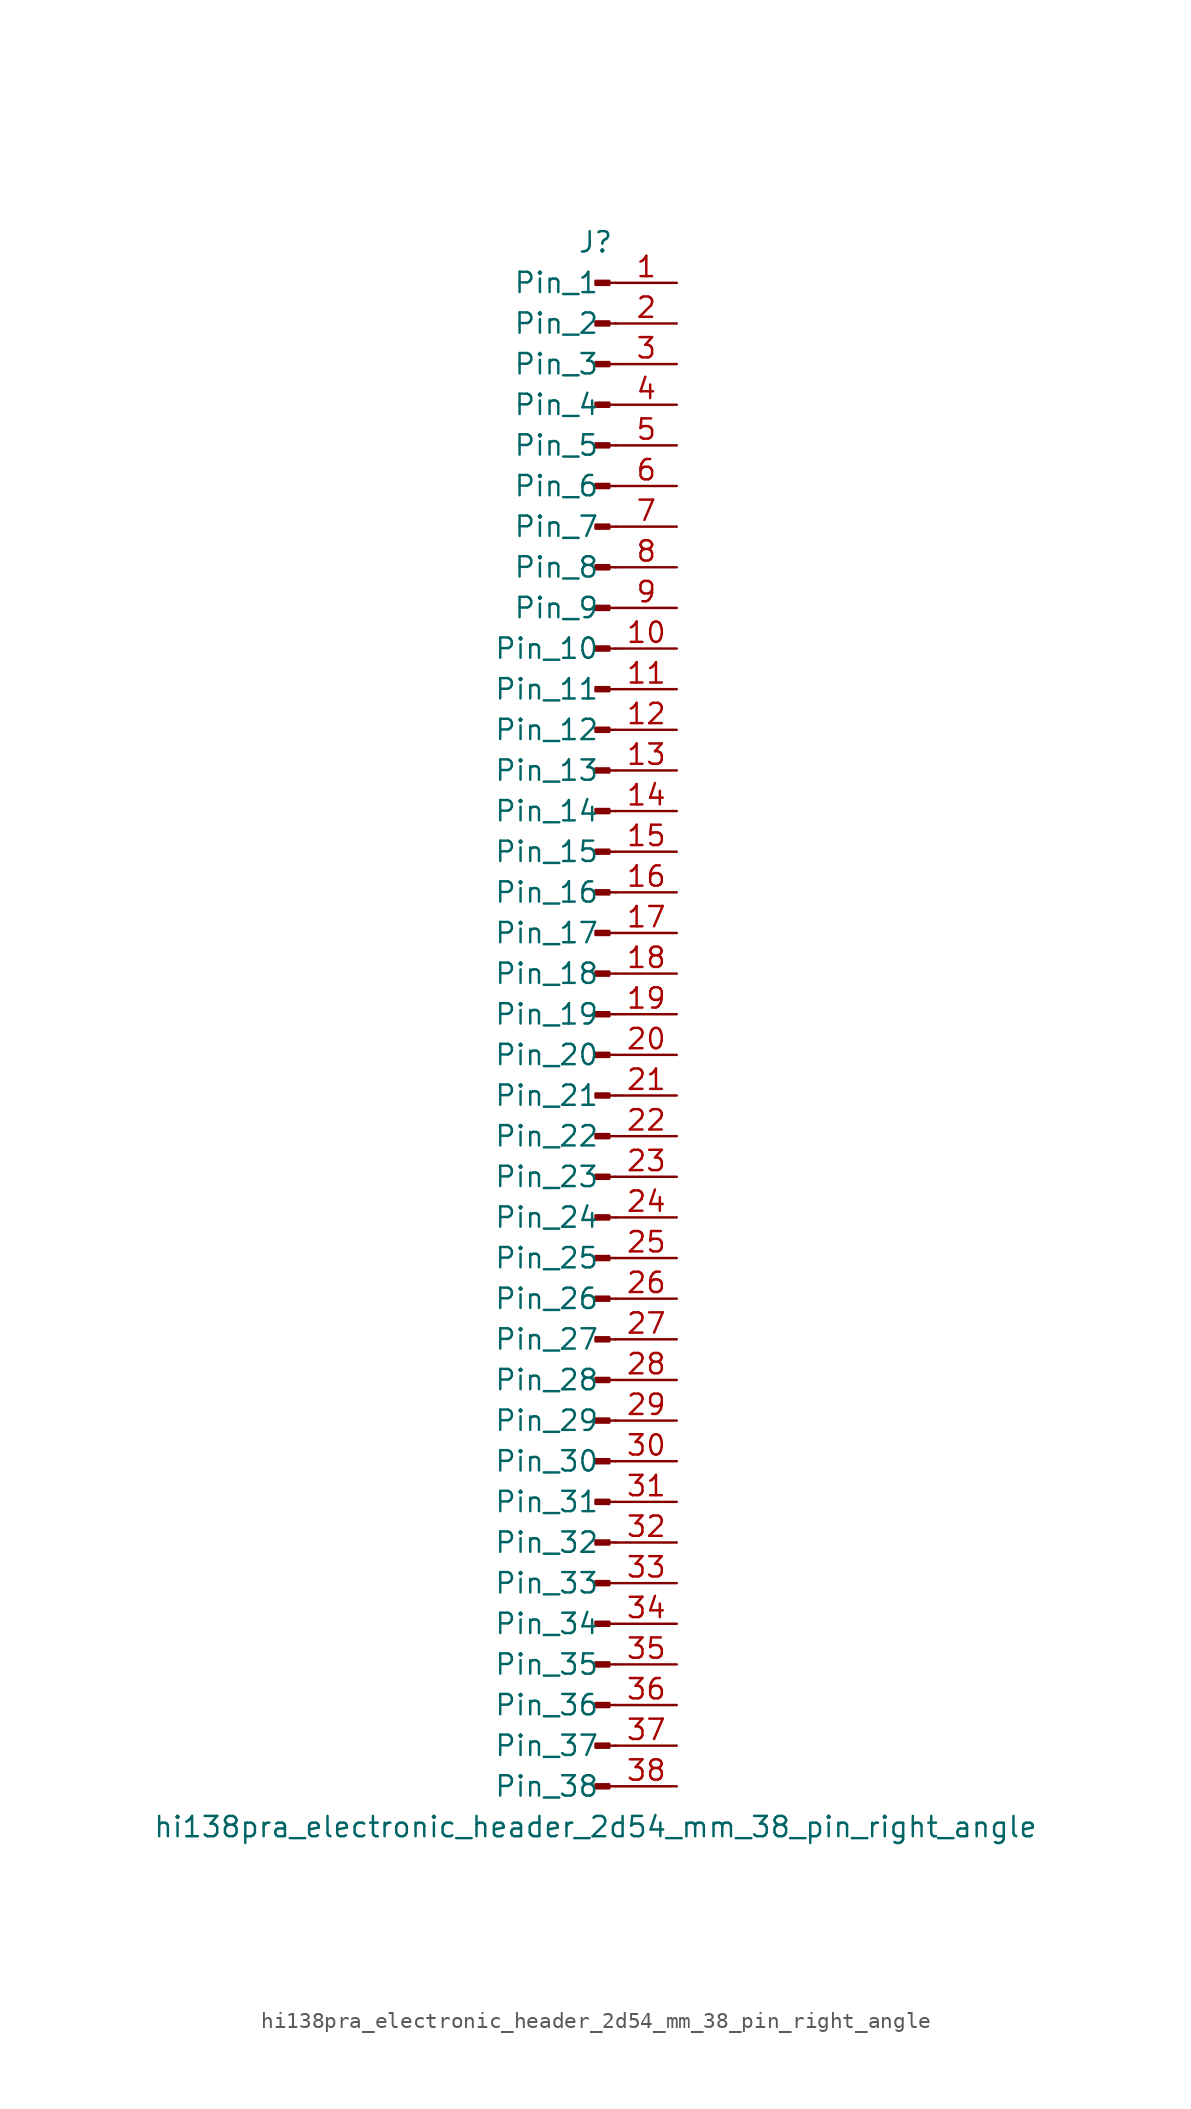
<source format=kicad_sym>
(kicad_symbol_lib
  (version 20220914)
  (generator kicad_symbol_editor)
  (symbol "hi138pra_electronic_header_2d54_mm_38_pin_right_angle"
    (pin_names
      (offset 1.016))
    (property "Reference" "J"
      (at 0 48.26 0)
      (effects (font (size 1.27 1.27))))
    (property "Value" "hi138pra_electronic_header_2d54_mm_38_pin_right_angle"
      (at 0 -50.8 0)
      (effects (font (size 1.27 1.27))))
    (property "ki_locked" ""
      (at 0 0 0)
      (effects (font (size 1.27 1.27))))
    (symbol "hi138pra_electronic_header_2d54_mm_38_pin_right_angle_1_1"
      (polyline (pts (xy 1.27 -48.26) (xy 0.864 -48.26)) (stroke (width 0.152) (type default)) (fill (type none)))
      (polyline (pts (xy 1.27 -45.72) (xy 0.864 -45.72)) (stroke (width 0.152) (type default)) (fill (type none)))
      (polyline (pts (xy 1.27 -43.18) (xy 0.864 -43.18)) (stroke (width 0.152) (type default)) (fill (type none)))
      (polyline (pts (xy 1.27 -40.64) (xy 0.864 -40.64)) (stroke (width 0.152) (type default)) (fill (type none)))
      (polyline (pts (xy 1.27 -38.1) (xy 0.864 -38.1)) (stroke (width 0.152) (type default)) (fill (type none)))
      (polyline (pts (xy 1.27 -35.56) (xy 0.864 -35.56)) (stroke (width 0.152) (type default)) (fill (type none)))
      (polyline (pts (xy 1.27 -33.02) (xy 0.864 -33.02)) (stroke (width 0.152) (type default)) (fill (type none)))
      (polyline (pts (xy 1.27 -30.48) (xy 0.864 -30.48)) (stroke (width 0.152) (type default)) (fill (type none)))
      (polyline (pts (xy 1.27 -27.94) (xy 0.864 -27.94)) (stroke (width 0.152) (type default)) (fill (type none)))
      (polyline (pts (xy 1.27 -25.4) (xy 0.864 -25.4)) (stroke (width 0.152) (type default)) (fill (type none)))
      (polyline (pts (xy 1.27 -22.86) (xy 0.864 -22.86)) (stroke (width 0.152) (type default)) (fill (type none)))
      (polyline (pts (xy 1.27 -20.32) (xy 0.864 -20.32)) (stroke (width 0.152) (type default)) (fill (type none)))
      (polyline (pts (xy 1.27 -17.78) (xy 0.864 -17.78)) (stroke (width 0.152) (type default)) (fill (type none)))
      (polyline (pts (xy 1.27 -15.24) (xy 0.864 -15.24)) (stroke (width 0.152) (type default)) (fill (type none)))
      (polyline (pts (xy 1.27 -12.7) (xy 0.864 -12.7)) (stroke (width 0.152) (type default)) (fill (type none)))
      (polyline (pts (xy 1.27 -10.16) (xy 0.864 -10.16)) (stroke (width 0.152) (type default)) (fill (type none)))
      (polyline (pts (xy 1.27 -7.62) (xy 0.864 -7.62)) (stroke (width 0.152) (type default)) (fill (type none)))
      (polyline (pts (xy 1.27 -5.08) (xy 0.864 -5.08)) (stroke (width 0.152) (type default)) (fill (type none)))
      (polyline (pts (xy 1.27 -2.54) (xy 0.864 -2.54)) (stroke (width 0.152) (type default)) (fill (type none)))
      (polyline (pts (xy 1.27 0) (xy 0.864 0)) (stroke (width 0.152) (type default)) (fill (type none)))
      (polyline (pts (xy 1.27 2.54) (xy 0.864 2.54)) (stroke (width 0.152) (type default)) (fill (type none)))
      (polyline (pts (xy 1.27 5.08) (xy 0.864 5.08)) (stroke (width 0.152) (type default)) (fill (type none)))
      (polyline (pts (xy 1.27 7.62) (xy 0.864 7.62)) (stroke (width 0.152) (type default)) (fill (type none)))
      (polyline (pts (xy 1.27 10.16) (xy 0.864 10.16)) (stroke (width 0.152) (type default)) (fill (type none)))
      (polyline (pts (xy 1.27 12.7) (xy 0.864 12.7)) (stroke (width 0.152) (type default)) (fill (type none)))
      (polyline (pts (xy 1.27 15.24) (xy 0.864 15.24)) (stroke (width 0.152) (type default)) (fill (type none)))
      (polyline (pts (xy 1.27 17.78) (xy 0.864 17.78)) (stroke (width 0.152) (type default)) (fill (type none)))
      (polyline (pts (xy 1.27 20.32) (xy 0.864 20.32)) (stroke (width 0.152) (type default)) (fill (type none)))
      (polyline (pts (xy 1.27 22.86) (xy 0.864 22.86)) (stroke (width 0.152) (type default)) (fill (type none)))
      (polyline (pts (xy 1.27 25.4) (xy 0.864 25.4)) (stroke (width 0.152) (type default)) (fill (type none)))
      (polyline (pts (xy 1.27 27.94) (xy 0.864 27.94)) (stroke (width 0.152) (type default)) (fill (type none)))
      (polyline (pts (xy 1.27 30.48) (xy 0.864 30.48)) (stroke (width 0.152) (type default)) (fill (type none)))
      (polyline (pts (xy 1.27 33.02) (xy 0.864 33.02)) (stroke (width 0.152) (type default)) (fill (type none)))
      (polyline (pts (xy 1.27 35.56) (xy 0.864 35.56)) (stroke (width 0.152) (type default)) (fill (type none)))
      (polyline (pts (xy 1.27 38.1) (xy 0.864 38.1)) (stroke (width 0.152) (type default)) (fill (type none)))
      (polyline (pts (xy 1.27 40.64) (xy 0.864 40.64)) (stroke (width 0.152) (type default)) (fill (type none)))
      (polyline (pts (xy 1.27 43.18) (xy 0.864 43.18)) (stroke (width 0.152) (type default)) (fill (type none)))
      (polyline (pts (xy 1.27 45.72) (xy 0.864 45.72)) (stroke (width 0.152) (type default)) (fill (type none)))
      (rectangle (start 0.864 -48.133) (end 0 -48.387) (stroke (width 0.152) (type default)) (fill (type outline)))
      (rectangle (start 0.864 -45.593) (end 0 -45.847) (stroke (width 0.152) (type default)) (fill (type outline)))
      (rectangle (start 0.864 -43.053) (end 0 -43.307) (stroke (width 0.152) (type default)) (fill (type outline)))
      (rectangle (start 0.864 -40.513) (end 0 -40.767) (stroke (width 0.152) (type default)) (fill (type outline)))
      (rectangle (start 0.864 -37.973) (end 0 -38.227) (stroke (width 0.152) (type default)) (fill (type outline)))
      (rectangle (start 0.864 -35.433) (end 0 -35.687) (stroke (width 0.152) (type default)) (fill (type outline)))
      (rectangle (start 0.864 -32.893) (end 0 -33.147) (stroke (width 0.152) (type default)) (fill (type outline)))
      (rectangle (start 0.864 -30.353) (end 0 -30.607) (stroke (width 0.152) (type default)) (fill (type outline)))
      (rectangle (start 0.864 -27.813) (end 0 -28.067) (stroke (width 0.152) (type default)) (fill (type outline)))
      (rectangle (start 0.864 -25.273) (end 0 -25.527) (stroke (width 0.152) (type default)) (fill (type outline)))
      (rectangle (start 0.864 -22.733) (end 0 -22.987) (stroke (width 0.152) (type default)) (fill (type outline)))
      (rectangle (start 0.864 -20.193) (end 0 -20.447) (stroke (width 0.152) (type default)) (fill (type outline)))
      (rectangle (start 0.864 -17.653) (end 0 -17.907) (stroke (width 0.152) (type default)) (fill (type outline)))
      (rectangle (start 0.864 -15.113) (end 0 -15.367) (stroke (width 0.152) (type default)) (fill (type outline)))
      (rectangle (start 0.864 -12.573) (end 0 -12.827) (stroke (width 0.152) (type default)) (fill (type outline)))
      (rectangle (start 0.864 -10.033) (end 0 -10.287) (stroke (width 0.152) (type default)) (fill (type outline)))
      (rectangle (start 0.864 -7.493) (end 0 -7.747) (stroke (width 0.152) (type default)) (fill (type outline)))
      (rectangle (start 0.864 -4.953) (end 0 -5.207) (stroke (width 0.152) (type default)) (fill (type outline)))
      (rectangle (start 0.864 -2.413) (end 0 -2.667) (stroke (width 0.152) (type default)) (fill (type outline)))
      (rectangle (start 0.864 0.127) (end 0 -0.127) (stroke (width 0.152) (type default)) (fill (type outline)))
      (rectangle (start 0.864 2.667) (end 0 2.413) (stroke (width 0.152) (type default)) (fill (type outline)))
      (rectangle (start 0.864 5.207) (end 0 4.953) (stroke (width 0.152) (type default)) (fill (type outline)))
      (rectangle (start 0.864 7.747) (end 0 7.493) (stroke (width 0.152) (type default)) (fill (type outline)))
      (rectangle (start 0.864 10.287) (end 0 10.033) (stroke (width 0.152) (type default)) (fill (type outline)))
      (rectangle (start 0.864 12.827) (end 0 12.573) (stroke (width 0.152) (type default)) (fill (type outline)))
      (rectangle (start 0.864 15.367) (end 0 15.113) (stroke (width 0.152) (type default)) (fill (type outline)))
      (rectangle (start 0.864 17.907) (end 0 17.653) (stroke (width 0.152) (type default)) (fill (type outline)))
      (rectangle (start 0.864 20.447) (end 0 20.193) (stroke (width 0.152) (type default)) (fill (type outline)))
      (rectangle (start 0.864 22.987) (end 0 22.733) (stroke (width 0.152) (type default)) (fill (type outline)))
      (rectangle (start 0.864 25.527) (end 0 25.273) (stroke (width 0.152) (type default)) (fill (type outline)))
      (rectangle (start 0.864 28.067) (end 0 27.813) (stroke (width 0.152) (type default)) (fill (type outline)))
      (rectangle (start 0.864 30.607) (end 0 30.353) (stroke (width 0.152) (type default)) (fill (type outline)))
      (rectangle (start 0.864 33.147) (end 0 32.893) (stroke (width 0.152) (type default)) (fill (type outline)))
      (rectangle (start 0.864 35.687) (end 0 35.433) (stroke (width 0.152) (type default)) (fill (type outline)))
      (rectangle (start 0.864 38.227) (end 0 37.973) (stroke (width 0.152) (type default)) (fill (type outline)))
      (rectangle (start 0.864 40.767) (end 0 40.513) (stroke (width 0.152) (type default)) (fill (type outline)))
      (rectangle (start 0.864 43.307) (end 0 43.053) (stroke (width 0.152) (type default)) (fill (type outline)))
      (rectangle (start 0.864 45.847) (end 0 45.593) (stroke (width 0.152) (type default)) (fill (type outline)))
      (pin passive line (at 5.08 45.72 180) (length 3.81) (name "Pin_1" (effects (font (size 1.27 1.27)))) (number "1" (effects (font (size 1.27 1.27)))))
      (pin passive line (at 5.08 22.86 180) (length 3.81) (name "Pin_10" (effects (font (size 1.27 1.27)))) (number "10" (effects (font (size 1.27 1.27)))))
      (pin passive line (at 5.08 20.32 180) (length 3.81) (name "Pin_11" (effects (font (size 1.27 1.27)))) (number "11" (effects (font (size 1.27 1.27)))))
      (pin passive line (at 5.08 17.78 180) (length 3.81) (name "Pin_12" (effects (font (size 1.27 1.27)))) (number "12" (effects (font (size 1.27 1.27)))))
      (pin passive line (at 5.08 15.24 180) (length 3.81) (name "Pin_13" (effects (font (size 1.27 1.27)))) (number "13" (effects (font (size 1.27 1.27)))))
      (pin passive line (at 5.08 12.7 180) (length 3.81) (name "Pin_14" (effects (font (size 1.27 1.27)))) (number "14" (effects (font (size 1.27 1.27)))))
      (pin passive line (at 5.08 10.16 180) (length 3.81) (name "Pin_15" (effects (font (size 1.27 1.27)))) (number "15" (effects (font (size 1.27 1.27)))))
      (pin passive line (at 5.08 7.62 180) (length 3.81) (name "Pin_16" (effects (font (size 1.27 1.27)))) (number "16" (effects (font (size 1.27 1.27)))))
      (pin passive line (at 5.08 5.08 180) (length 3.81) (name "Pin_17" (effects (font (size 1.27 1.27)))) (number "17" (effects (font (size 1.27 1.27)))))
      (pin passive line (at 5.08 2.54 180) (length 3.81) (name "Pin_18" (effects (font (size 1.27 1.27)))) (number "18" (effects (font (size 1.27 1.27)))))
      (pin passive line (at 5.08 0 180) (length 3.81) (name "Pin_19" (effects (font (size 1.27 1.27)))) (number "19" (effects (font (size 1.27 1.27)))))
      (pin passive line (at 5.08 43.18 180) (length 3.81) (name "Pin_2" (effects (font (size 1.27 1.27)))) (number "2" (effects (font (size 1.27 1.27)))))
      (pin passive line (at 5.08 -2.54 180) (length 3.81) (name "Pin_20" (effects (font (size 1.27 1.27)))) (number "20" (effects (font (size 1.27 1.27)))))
      (pin passive line (at 5.08 -5.08 180) (length 3.81) (name "Pin_21" (effects (font (size 1.27 1.27)))) (number "21" (effects (font (size 1.27 1.27)))))
      (pin passive line (at 5.08 -7.62 180) (length 3.81) (name "Pin_22" (effects (font (size 1.27 1.27)))) (number "22" (effects (font (size 1.27 1.27)))))
      (pin passive line (at 5.08 -10.16 180) (length 3.81) (name "Pin_23" (effects (font (size 1.27 1.27)))) (number "23" (effects (font (size 1.27 1.27)))))
      (pin passive line (at 5.08 -12.7 180) (length 3.81) (name "Pin_24" (effects (font (size 1.27 1.27)))) (number "24" (effects (font (size 1.27 1.27)))))
      (pin passive line (at 5.08 -15.24 180) (length 3.81) (name "Pin_25" (effects (font (size 1.27 1.27)))) (number "25" (effects (font (size 1.27 1.27)))))
      (pin passive line (at 5.08 -17.78 180) (length 3.81) (name "Pin_26" (effects (font (size 1.27 1.27)))) (number "26" (effects (font (size 1.27 1.27)))))
      (pin passive line (at 5.08 -20.32 180) (length 3.81) (name "Pin_27" (effects (font (size 1.27 1.27)))) (number "27" (effects (font (size 1.27 1.27)))))
      (pin passive line (at 5.08 -22.86 180) (length 3.81) (name "Pin_28" (effects (font (size 1.27 1.27)))) (number "28" (effects (font (size 1.27 1.27)))))
      (pin passive line (at 5.08 -25.4 180) (length 3.81) (name "Pin_29" (effects (font (size 1.27 1.27)))) (number "29" (effects (font (size 1.27 1.27)))))
      (pin passive line (at 5.08 40.64 180) (length 3.81) (name "Pin_3" (effects (font (size 1.27 1.27)))) (number "3" (effects (font (size 1.27 1.27)))))
      (pin passive line (at 5.08 -27.94 180) (length 3.81) (name "Pin_30" (effects (font (size 1.27 1.27)))) (number "30" (effects (font (size 1.27 1.27)))))
      (pin passive line (at 5.08 -30.48 180) (length 3.81) (name "Pin_31" (effects (font (size 1.27 1.27)))) (number "31" (effects (font (size 1.27 1.27)))))
      (pin passive line (at 5.08 -33.02 180) (length 3.81) (name "Pin_32" (effects (font (size 1.27 1.27)))) (number "32" (effects (font (size 1.27 1.27)))))
      (pin passive line (at 5.08 -35.56 180) (length 3.81) (name "Pin_33" (effects (font (size 1.27 1.27)))) (number "33" (effects (font (size 1.27 1.27)))))
      (pin passive line (at 5.08 -38.1 180) (length 3.81) (name "Pin_34" (effects (font (size 1.27 1.27)))) (number "34" (effects (font (size 1.27 1.27)))))
      (pin passive line (at 5.08 -40.64 180) (length 3.81) (name "Pin_35" (effects (font (size 1.27 1.27)))) (number "35" (effects (font (size 1.27 1.27)))))
      (pin passive line (at 5.08 -43.18 180) (length 3.81) (name "Pin_36" (effects (font (size 1.27 1.27)))) (number "36" (effects (font (size 1.27 1.27)))))
      (pin passive line (at 5.08 -45.72 180) (length 3.81) (name "Pin_37" (effects (font (size 1.27 1.27)))) (number "37" (effects (font (size 1.27 1.27)))))
      (pin passive line (at 5.08 -48.26 180) (length 3.81) (name "Pin_38" (effects (font (size 1.27 1.27)))) (number "38" (effects (font (size 1.27 1.27)))))
      (pin passive line (at 5.08 38.1 180) (length 3.81) (name "Pin_4" (effects (font (size 1.27 1.27)))) (number "4" (effects (font (size 1.27 1.27)))))
      (pin passive line (at 5.08 35.56 180) (length 3.81) (name "Pin_5" (effects (font (size 1.27 1.27)))) (number "5" (effects (font (size 1.27 1.27)))))
      (pin passive line (at 5.08 33.02 180) (length 3.81) (name "Pin_6" (effects (font (size 1.27 1.27)))) (number "6" (effects (font (size 1.27 1.27)))))
      (pin passive line (at 5.08 30.48 180) (length 3.81) (name "Pin_7" (effects (font (size 1.27 1.27)))) (number "7" (effects (font (size 1.27 1.27)))))
      (pin passive line (at 5.08 27.94 180) (length 3.81) (name "Pin_8" (effects (font (size 1.27 1.27)))) (number "8" (effects (font (size 1.27 1.27)))))
      (pin passive line (at 5.08 25.4 180) (length 3.81) (name "Pin_9" (effects (font (size 1.27 1.27)))) (number "9" (effects (font (size 1.27 1.27))))))))
</source>
